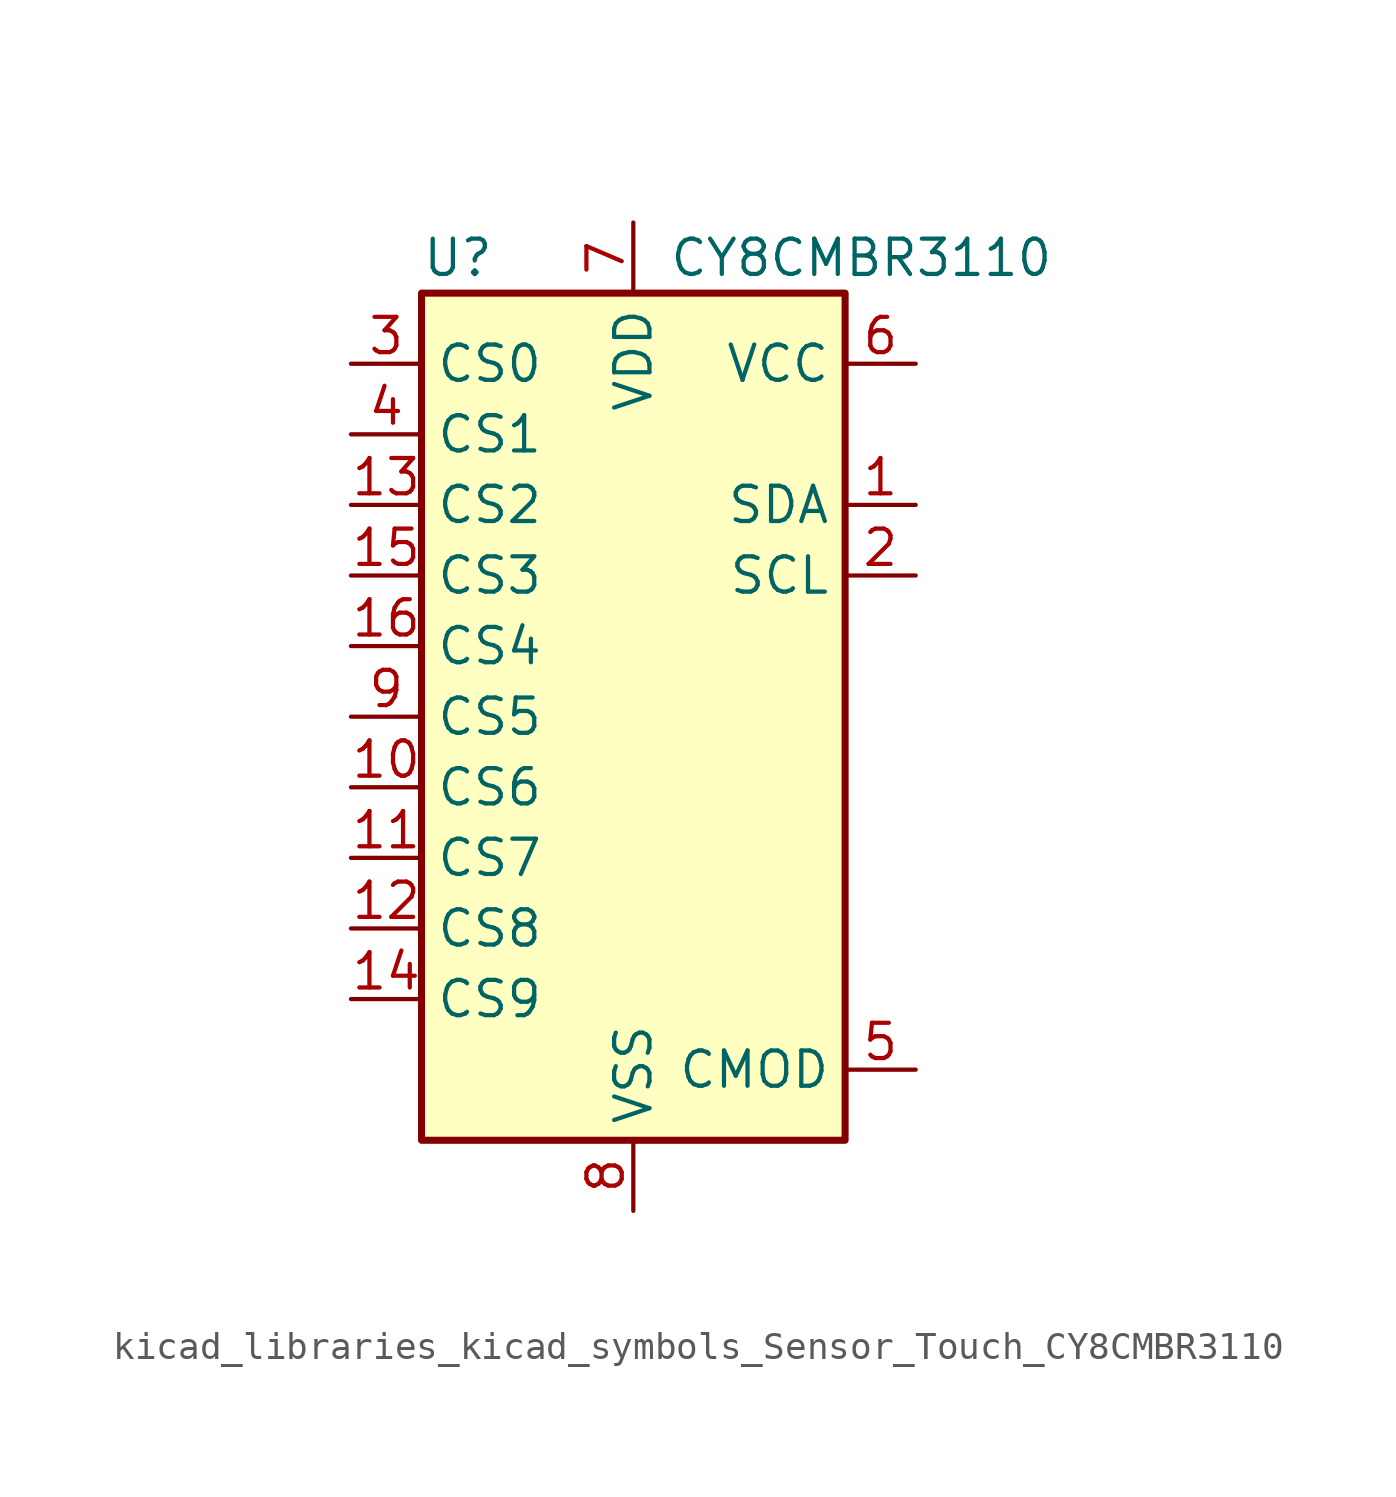
<source format=kicad_sym>
(kicad_symbol_lib
  (version 20220914)
  (generator kicad_symbol_editor)
  (symbol "kicad_libraries_kicad_symbols_Sensor_Touch_CY8CMBR3110"
    (property "Reference" "U"
      (at -7.62 16.51 0)
      (effects (font (size 1.27 1.27)) (justify left)))
    (property "Value" "CY8CMBR3110"
      (at 1.27 16.51 0)
      (effects (font (size 1.27 1.27)) (justify left)))
    (symbol "kicad_libraries_kicad_symbols_Sensor_Touch_CY8CMBR3110_0_1"
      (rectangle (start -7.62 15.24) (end 7.62 -15.24) (stroke (width 0.254) (type default)) (fill (type background))))
    (symbol "kicad_libraries_kicad_symbols_Sensor_Touch_CY8CMBR3110_1_1"
      (pin bidirectional line (at 10.16 7.62 180) (length 2.54) (name "SDA" (effects (font (size 1.27 1.27)))) (number "1" (effects (font (size 1.27 1.27)))))
      (pin passive line (at -10.16 -2.54 0) (length 2.54) (name "CS6" (effects (font (size 1.27 1.27)))) (number "10" (effects (font (size 1.27 1.27)))))
      (pin passive line (at -10.16 -5.08 0) (length 2.54) (name "CS7" (effects (font (size 1.27 1.27)))) (number "11" (effects (font (size 1.27 1.27)))))
      (pin passive line (at -10.16 -7.62 0) (length 2.54) (name "CS8" (effects (font (size 1.27 1.27)))) (number "12" (effects (font (size 1.27 1.27)))))
      (pin passive line (at -10.16 7.62 0) (length 2.54) (name "CS2" (effects (font (size 1.27 1.27)))) (number "13" (effects (font (size 1.27 1.27)))))
      (pin passive line (at -10.16 -10.16 0) (length 2.54) (name "CS9" (effects (font (size 1.27 1.27)))) (number "14" (effects (font (size 1.27 1.27)))))
      (pin passive line (at -10.16 5.08 0) (length 2.54) (name "CS3" (effects (font (size 1.27 1.27)))) (number "15" (effects (font (size 1.27 1.27)))))
      (pin passive line (at -10.16 2.54 0) (length 2.54) (name "CS4" (effects (font (size 1.27 1.27)))) (number "16" (effects (font (size 1.27 1.27)))))
      (pin input line (at 10.16 5.08 180) (length 2.54) (name "SCL" (effects (font (size 1.27 1.27)))) (number "2" (effects (font (size 1.27 1.27)))))
      (pin passive line (at -10.16 12.7 0) (length 2.54) (name "CS0" (effects (font (size 1.27 1.27)))) (number "3" (effects (font (size 1.27 1.27)))))
      (pin passive line (at -10.16 10.16 0) (length 2.54) (name "CS1" (effects (font (size 1.27 1.27)))) (number "4" (effects (font (size 1.27 1.27)))))
      (pin passive line (at 10.16 -12.7 180) (length 2.54) (name "CMOD" (effects (font (size 1.27 1.27)))) (number "5" (effects (font (size 1.27 1.27)))))
      (pin passive line (at 10.16 12.7 180) (length 2.54) (name "VCC" (effects (font (size 1.27 1.27)))) (number "6" (effects (font (size 1.27 1.27)))))
      (pin power_in line (at 0 17.78 270) (length 2.54) (name "VDD" (effects (font (size 1.27 1.27)))) (number "7" (effects (font (size 1.27 1.27)))))
      (pin power_in line (at 0 -17.78 90) (length 2.54) (name "VSS" (effects (font (size 1.27 1.27)))) (number "8" (effects (font (size 1.27 1.27)))))
      (pin passive line (at -10.16 0 0) (length 2.54) (name "CS5" (effects (font (size 1.27 1.27)))) (number "9" (effects (font (size 1.27 1.27))))))))
</source>
